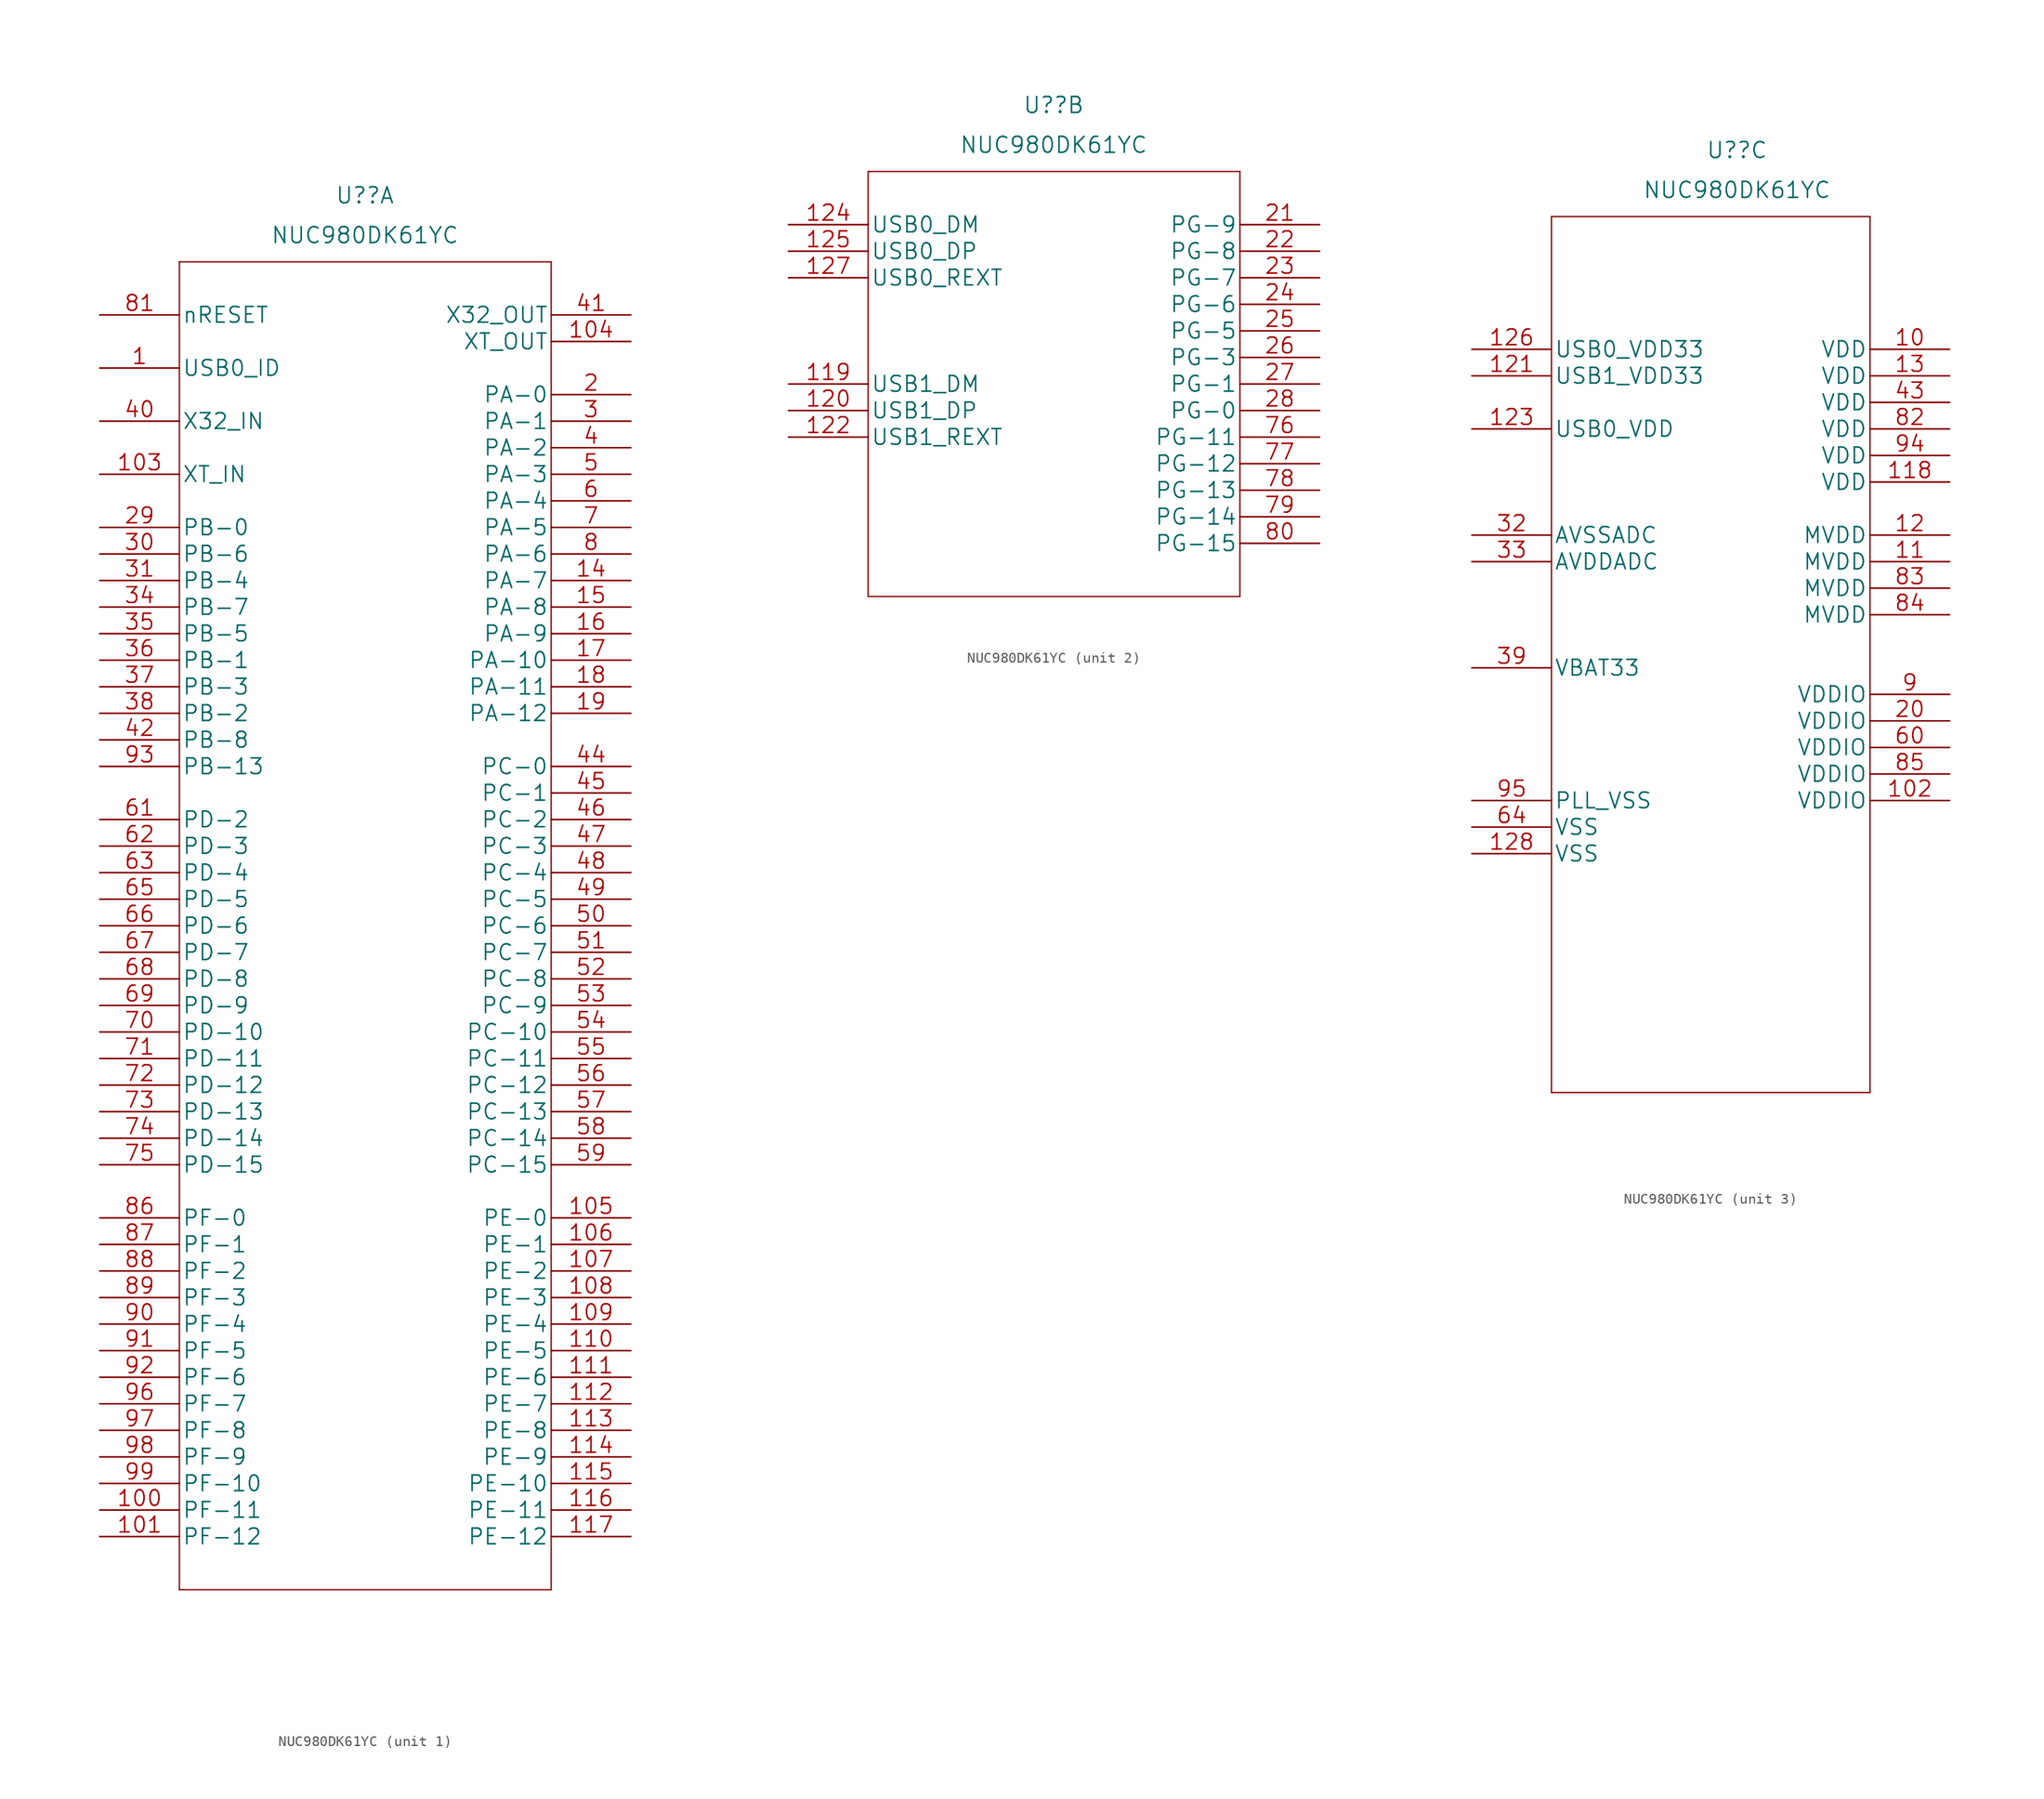
<source format=kicad_sym>
(kicad_symbol_lib
  (version 20211014)
  (generator kicad_symbol_editor)
  (symbol "NUC980DK61YC"
    (pin_names
      (offset 0.254))
    (property "Reference" "U?"
      (at 25.368 11.43 0)
      (effects (font (size 1.524 1.524))))
    (property "Value" "NUC980DK61YC"
      (at 25.368 7.62 0)
      (effects (font (size 1.524 1.524))))
    (property "Datasheet" ""
      (at 0 -10.16 0)
      (effects (font (size 1.524 1.524))))
    (property "ki_locked" ""
      (at 0 0 0)
      (effects (font (size 1.27 1.27))))
    (symbol "NUC980DK61YC_1_1"
      (polyline (pts (xy 7.62 -121.92) (xy 43.18 -121.92)) (stroke (width 0.127) (type default) (color 0 0 0 0)) (fill (type none)))
      (polyline (pts (xy 7.62 5.08) (xy 7.62 -121.92)) (stroke (width 0.127) (type default) (color 0 0 0 0)) (fill (type none)))
      (polyline (pts (xy 43.18 -121.92) (xy 43.18 5.08)) (stroke (width 0.127) (type default) (color 0 0 0 0)) (fill (type none)))
      (polyline (pts (xy 43.18 5.08) (xy 7.62 5.08)) (stroke (width 0.127) (type default) (color 0 0 0 0)) (fill (type none)))
      (pin input line (at 0 -5.08 0) (length 7.62) (name "USB0_ID" (effects (font (size 1.499 1.499)))) (number "1" (effects (font (size 1.499 1.499)))))
      (pin bidirectional line (at 0 -114.3 0) (length 7.62) (name "PF-11" (effects (font (size 1.499 1.499)))) (number "100" (effects (font (size 1.499 1.499)))))
      (pin bidirectional line (at 0 -116.84 0) (length 7.62) (name "PF-12" (effects (font (size 1.499 1.499)))) (number "101" (effects (font (size 1.499 1.499)))))
      (pin input line (at 0 -15.24 0) (length 7.62) (name "XT_IN" (effects (font (size 1.499 1.499)))) (number "103" (effects (font (size 1.499 1.499)))))
      (pin output line (at 50.8 -2.54 180) (length 7.62) (name "XT_OUT" (effects (font (size 1.499 1.499)))) (number "104" (effects (font (size 1.499 1.499)))))
      (pin bidirectional line (at 50.8 -86.36 180) (length 7.62) (name "PE-0" (effects (font (size 1.499 1.499)))) (number "105" (effects (font (size 1.499 1.499)))))
      (pin bidirectional line (at 50.8 -88.9 180) (length 7.62) (name "PE-1" (effects (font (size 1.499 1.499)))) (number "106" (effects (font (size 1.499 1.499)))))
      (pin bidirectional line (at 50.8 -91.44 180) (length 7.62) (name "PE-2" (effects (font (size 1.499 1.499)))) (number "107" (effects (font (size 1.499 1.499)))))
      (pin bidirectional line (at 50.8 -93.98 180) (length 7.62) (name "PE-3" (effects (font (size 1.499 1.499)))) (number "108" (effects (font (size 1.499 1.499)))))
      (pin bidirectional line (at 50.8 -96.52 180) (length 7.62) (name "PE-4" (effects (font (size 1.499 1.499)))) (number "109" (effects (font (size 1.499 1.499)))))
      (pin bidirectional line (at 50.8 -99.06 180) (length 7.62) (name "PE-5" (effects (font (size 1.499 1.499)))) (number "110" (effects (font (size 1.499 1.499)))))
      (pin bidirectional line (at 50.8 -101.6 180) (length 7.62) (name "PE-6" (effects (font (size 1.499 1.499)))) (number "111" (effects (font (size 1.499 1.499)))))
      (pin bidirectional line (at 50.8 -104.14 180) (length 7.62) (name "PE-7" (effects (font (size 1.499 1.499)))) (number "112" (effects (font (size 1.499 1.499)))))
      (pin bidirectional line (at 50.8 -106.68 180) (length 7.62) (name "PE-8" (effects (font (size 1.499 1.499)))) (number "113" (effects (font (size 1.499 1.499)))))
      (pin bidirectional line (at 50.8 -109.22 180) (length 7.62) (name "PE-9" (effects (font (size 1.499 1.499)))) (number "114" (effects (font (size 1.499 1.499)))))
      (pin bidirectional line (at 50.8 -111.76 180) (length 7.62) (name "PE-10" (effects (font (size 1.499 1.499)))) (number "115" (effects (font (size 1.499 1.499)))))
      (pin bidirectional line (at 50.8 -114.3 180) (length 7.62) (name "PE-11" (effects (font (size 1.499 1.499)))) (number "116" (effects (font (size 1.499 1.499)))))
      (pin bidirectional line (at 50.8 -116.84 180) (length 7.62) (name "PE-12" (effects (font (size 1.499 1.499)))) (number "117" (effects (font (size 1.499 1.499)))))
      (pin bidirectional line (at 50.8 -25.4 180) (length 7.62) (name "PA-7" (effects (font (size 1.499 1.499)))) (number "14" (effects (font (size 1.499 1.499)))))
      (pin bidirectional line (at 50.8 -27.94 180) (length 7.62) (name "PA-8" (effects (font (size 1.499 1.499)))) (number "15" (effects (font (size 1.499 1.499)))))
      (pin bidirectional line (at 50.8 -30.48 180) (length 7.62) (name "PA-9" (effects (font (size 1.499 1.499)))) (number "16" (effects (font (size 1.499 1.499)))))
      (pin bidirectional line (at 50.8 -33.02 180) (length 7.62) (name "PA-10" (effects (font (size 1.499 1.499)))) (number "17" (effects (font (size 1.499 1.499)))))
      (pin bidirectional line (at 50.8 -35.56 180) (length 7.62) (name "PA-11" (effects (font (size 1.499 1.499)))) (number "18" (effects (font (size 1.499 1.499)))))
      (pin bidirectional line (at 50.8 -38.1 180) (length 7.62) (name "PA-12" (effects (font (size 1.499 1.499)))) (number "19" (effects (font (size 1.499 1.499)))))
      (pin bidirectional line (at 50.8 -7.62 180) (length 7.62) (name "PA-0" (effects (font (size 1.499 1.499)))) (number "2" (effects (font (size 1.499 1.499)))))
      (pin bidirectional line (at 0 -20.32 0) (length 7.62) (name "PB-0" (effects (font (size 1.499 1.499)))) (number "29" (effects (font (size 1.499 1.499)))))
      (pin bidirectional line (at 50.8 -10.16 180) (length 7.62) (name "PA-1" (effects (font (size 1.499 1.499)))) (number "3" (effects (font (size 1.499 1.499)))))
      (pin bidirectional line (at 0 -22.86 0) (length 7.62) (name "PB-6" (effects (font (size 1.499 1.499)))) (number "30" (effects (font (size 1.499 1.499)))))
      (pin bidirectional line (at 0 -25.4 0) (length 7.62) (name "PB-4" (effects (font (size 1.499 1.499)))) (number "31" (effects (font (size 1.499 1.499)))))
      (pin bidirectional line (at 0 -27.94 0) (length 7.62) (name "PB-7" (effects (font (size 1.499 1.499)))) (number "34" (effects (font (size 1.499 1.499)))))
      (pin bidirectional line (at 0 -30.48 0) (length 7.62) (name "PB-5" (effects (font (size 1.499 1.499)))) (number "35" (effects (font (size 1.499 1.499)))))
      (pin bidirectional line (at 0 -33.02 0) (length 7.62) (name "PB-1" (effects (font (size 1.499 1.499)))) (number "36" (effects (font (size 1.499 1.499)))))
      (pin bidirectional line (at 0 -35.56 0) (length 7.62) (name "PB-3" (effects (font (size 1.499 1.499)))) (number "37" (effects (font (size 1.499 1.499)))))
      (pin bidirectional line (at 0 -38.1 0) (length 7.62) (name "PB-2" (effects (font (size 1.499 1.499)))) (number "38" (effects (font (size 1.499 1.499)))))
      (pin bidirectional line (at 50.8 -12.7 180) (length 7.62) (name "PA-2" (effects (font (size 1.499 1.499)))) (number "4" (effects (font (size 1.499 1.499)))))
      (pin input line (at 0 -10.16 0) (length 7.62) (name "X32_IN" (effects (font (size 1.499 1.499)))) (number "40" (effects (font (size 1.499 1.499)))))
      (pin output line (at 50.8 0 180) (length 7.62) (name "X32_OUT" (effects (font (size 1.499 1.499)))) (number "41" (effects (font (size 1.499 1.499)))))
      (pin bidirectional line (at 0 -40.64 0) (length 7.62) (name "PB-8" (effects (font (size 1.499 1.499)))) (number "42" (effects (font (size 1.499 1.499)))))
      (pin bidirectional line (at 50.8 -43.18 180) (length 7.62) (name "PC-0" (effects (font (size 1.499 1.499)))) (number "44" (effects (font (size 1.499 1.499)))))
      (pin bidirectional line (at 50.8 -45.72 180) (length 7.62) (name "PC-1" (effects (font (size 1.499 1.499)))) (number "45" (effects (font (size 1.499 1.499)))))
      (pin bidirectional line (at 50.8 -48.26 180) (length 7.62) (name "PC-2" (effects (font (size 1.499 1.499)))) (number "46" (effects (font (size 1.499 1.499)))))
      (pin bidirectional line (at 50.8 -50.8 180) (length 7.62) (name "PC-3" (effects (font (size 1.499 1.499)))) (number "47" (effects (font (size 1.499 1.499)))))
      (pin bidirectional line (at 50.8 -53.34 180) (length 7.62) (name "PC-4" (effects (font (size 1.499 1.499)))) (number "48" (effects (font (size 1.499 1.499)))))
      (pin bidirectional line (at 50.8 -55.88 180) (length 7.62) (name "PC-5" (effects (font (size 1.499 1.499)))) (number "49" (effects (font (size 1.499 1.499)))))
      (pin bidirectional line (at 50.8 -15.24 180) (length 7.62) (name "PA-3" (effects (font (size 1.499 1.499)))) (number "5" (effects (font (size 1.499 1.499)))))
      (pin bidirectional line (at 50.8 -58.42 180) (length 7.62) (name "PC-6" (effects (font (size 1.499 1.499)))) (number "50" (effects (font (size 1.499 1.499)))))
      (pin bidirectional line (at 50.8 -60.96 180) (length 7.62) (name "PC-7" (effects (font (size 1.499 1.499)))) (number "51" (effects (font (size 1.499 1.499)))))
      (pin bidirectional line (at 50.8 -63.5 180) (length 7.62) (name "PC-8" (effects (font (size 1.499 1.499)))) (number "52" (effects (font (size 1.499 1.499)))))
      (pin bidirectional line (at 50.8 -66.04 180) (length 7.62) (name "PC-9" (effects (font (size 1.499 1.499)))) (number "53" (effects (font (size 1.499 1.499)))))
      (pin bidirectional line (at 50.8 -68.58 180) (length 7.62) (name "PC-10" (effects (font (size 1.499 1.499)))) (number "54" (effects (font (size 1.499 1.499)))))
      (pin bidirectional line (at 50.8 -71.12 180) (length 7.62) (name "PC-11" (effects (font (size 1.499 1.499)))) (number "55" (effects (font (size 1.499 1.499)))))
      (pin bidirectional line (at 50.8 -73.66 180) (length 7.62) (name "PC-12" (effects (font (size 1.499 1.499)))) (number "56" (effects (font (size 1.499 1.499)))))
      (pin bidirectional line (at 50.8 -76.2 180) (length 7.62) (name "PC-13" (effects (font (size 1.499 1.499)))) (number "57" (effects (font (size 1.499 1.499)))))
      (pin bidirectional line (at 50.8 -78.74 180) (length 7.62) (name "PC-14" (effects (font (size 1.499 1.499)))) (number "58" (effects (font (size 1.499 1.499)))))
      (pin bidirectional line (at 50.8 -81.28 180) (length 7.62) (name "PC-15" (effects (font (size 1.499 1.499)))) (number "59" (effects (font (size 1.499 1.499)))))
      (pin bidirectional line (at 50.8 -17.78 180) (length 7.62) (name "PA-4" (effects (font (size 1.499 1.499)))) (number "6" (effects (font (size 1.499 1.499)))))
      (pin bidirectional line (at 0 -48.26 0) (length 7.62) (name "PD-2" (effects (font (size 1.499 1.499)))) (number "61" (effects (font (size 1.499 1.499)))))
      (pin bidirectional line (at 0 -50.8 0) (length 7.62) (name "PD-3" (effects (font (size 1.499 1.499)))) (number "62" (effects (font (size 1.499 1.499)))))
      (pin bidirectional line (at 0 -53.34 0) (length 7.62) (name "PD-4" (effects (font (size 1.499 1.499)))) (number "63" (effects (font (size 1.499 1.499)))))
      (pin bidirectional line (at 0 -55.88 0) (length 7.62) (name "PD-5" (effects (font (size 1.499 1.499)))) (number "65" (effects (font (size 1.499 1.499)))))
      (pin bidirectional line (at 0 -58.42 0) (length 7.62) (name "PD-6" (effects (font (size 1.499 1.499)))) (number "66" (effects (font (size 1.499 1.499)))))
      (pin bidirectional line (at 0 -60.96 0) (length 7.62) (name "PD-7" (effects (font (size 1.499 1.499)))) (number "67" (effects (font (size 1.499 1.499)))))
      (pin bidirectional line (at 0 -63.5 0) (length 7.62) (name "PD-8" (effects (font (size 1.499 1.499)))) (number "68" (effects (font (size 1.499 1.499)))))
      (pin bidirectional line (at 0 -66.04 0) (length 7.62) (name "PD-9" (effects (font (size 1.499 1.499)))) (number "69" (effects (font (size 1.499 1.499)))))
      (pin bidirectional line (at 50.8 -20.32 180) (length 7.62) (name "PA-5" (effects (font (size 1.499 1.499)))) (number "7" (effects (font (size 1.499 1.499)))))
      (pin bidirectional line (at 0 -68.58 0) (length 7.62) (name "PD-10" (effects (font (size 1.499 1.499)))) (number "70" (effects (font (size 1.499 1.499)))))
      (pin bidirectional line (at 0 -71.12 0) (length 7.62) (name "PD-11" (effects (font (size 1.499 1.499)))) (number "71" (effects (font (size 1.499 1.499)))))
      (pin bidirectional line (at 0 -73.66 0) (length 7.62) (name "PD-12" (effects (font (size 1.499 1.499)))) (number "72" (effects (font (size 1.499 1.499)))))
      (pin bidirectional line (at 0 -76.2 0) (length 7.62) (name "PD-13" (effects (font (size 1.499 1.499)))) (number "73" (effects (font (size 1.499 1.499)))))
      (pin bidirectional line (at 0 -78.74 0) (length 7.62) (name "PD-14" (effects (font (size 1.499 1.499)))) (number "74" (effects (font (size 1.499 1.499)))))
      (pin bidirectional line (at 0 -81.28 0) (length 7.62) (name "PD-15" (effects (font (size 1.499 1.499)))) (number "75" (effects (font (size 1.499 1.499)))))
      (pin bidirectional line (at 50.8 -22.86 180) (length 7.62) (name "PA-6" (effects (font (size 1.499 1.499)))) (number "8" (effects (font (size 1.499 1.499)))))
      (pin input line (at 0 0 0) (length 7.62) (name "nRESET" (effects (font (size 1.499 1.499)))) (number "81" (effects (font (size 1.499 1.499)))))
      (pin bidirectional line (at 0 -86.36 0) (length 7.62) (name "PF-0" (effects (font (size 1.499 1.499)))) (number "86" (effects (font (size 1.499 1.499)))))
      (pin bidirectional line (at 0 -88.9 0) (length 7.62) (name "PF-1" (effects (font (size 1.499 1.499)))) (number "87" (effects (font (size 1.499 1.499)))))
      (pin bidirectional line (at 0 -91.44 0) (length 7.62) (name "PF-2" (effects (font (size 1.499 1.499)))) (number "88" (effects (font (size 1.499 1.499)))))
      (pin bidirectional line (at 0 -93.98 0) (length 7.62) (name "PF-3" (effects (font (size 1.499 1.499)))) (number "89" (effects (font (size 1.499 1.499)))))
      (pin bidirectional line (at 0 -96.52 0) (length 7.62) (name "PF-4" (effects (font (size 1.499 1.499)))) (number "90" (effects (font (size 1.499 1.499)))))
      (pin bidirectional line (at 0 -99.06 0) (length 7.62) (name "PF-5" (effects (font (size 1.499 1.499)))) (number "91" (effects (font (size 1.499 1.499)))))
      (pin bidirectional line (at 0 -101.6 0) (length 7.62) (name "PF-6" (effects (font (size 1.499 1.499)))) (number "92" (effects (font (size 1.499 1.499)))))
      (pin bidirectional line (at 0 -43.18 0) (length 7.62) (name "PB-13" (effects (font (size 1.499 1.499)))) (number "93" (effects (font (size 1.499 1.499)))))
      (pin bidirectional line (at 0 -104.14 0) (length 7.62) (name "PF-7" (effects (font (size 1.499 1.499)))) (number "96" (effects (font (size 1.499 1.499)))))
      (pin bidirectional line (at 0 -106.68 0) (length 7.62) (name "PF-8" (effects (font (size 1.499 1.499)))) (number "97" (effects (font (size 1.499 1.499)))))
      (pin bidirectional line (at 0 -109.22 0) (length 7.62) (name "PF-9" (effects (font (size 1.499 1.499)))) (number "98" (effects (font (size 1.499 1.499)))))
      (pin bidirectional line (at 0 -111.76 0) (length 7.62) (name "PF-10" (effects (font (size 1.499 1.499)))) (number "99" (effects (font (size 1.499 1.499))))))
    (symbol "NUC980DK61YC_2_1"
      (polyline (pts (xy 7.62 -35.56) (xy 43.18 -35.56)) (stroke (width 0.127) (type default) (color 0 0 0 0)) (fill (type none)))
      (polyline (pts (xy 7.62 5.08) (xy 7.62 -35.56)) (stroke (width 0.127) (type default) (color 0 0 0 0)) (fill (type none)))
      (polyline (pts (xy 43.18 -35.56) (xy 43.18 5.08)) (stroke (width 0.127) (type default) (color 0 0 0 0)) (fill (type none)))
      (polyline (pts (xy 43.18 5.08) (xy 7.62 5.08)) (stroke (width 0.127) (type default) (color 0 0 0 0)) (fill (type none)))
      (pin unspecified line (at 0 -15.24 0) (length 7.62) (name "USB1_DM" (effects (font (size 1.499 1.499)))) (number "119" (effects (font (size 1.499 1.499)))))
      (pin unspecified line (at 0 -17.78 0) (length 7.62) (name "USB1_DP" (effects (font (size 1.499 1.499)))) (number "120" (effects (font (size 1.499 1.499)))))
      (pin unspecified line (at 0 -20.32 0) (length 7.62) (name "USB1_REXT" (effects (font (size 1.499 1.499)))) (number "122" (effects (font (size 1.499 1.499)))))
      (pin unspecified line (at 0 0 0) (length 7.62) (name "USB0_DM" (effects (font (size 1.499 1.499)))) (number "124" (effects (font (size 1.499 1.499)))))
      (pin unspecified line (at 0 -2.54 0) (length 7.62) (name "USB0_DP" (effects (font (size 1.499 1.499)))) (number "125" (effects (font (size 1.499 1.499)))))
      (pin unspecified line (at 0 -5.08 0) (length 7.62) (name "USB0_REXT" (effects (font (size 1.499 1.499)))) (number "127" (effects (font (size 1.499 1.499)))))
      (pin bidirectional line (at 50.8 0 180) (length 7.62) (name "PG-9" (effects (font (size 1.499 1.499)))) (number "21" (effects (font (size 1.499 1.499)))))
      (pin bidirectional line (at 50.8 -2.54 180) (length 7.62) (name "PG-8" (effects (font (size 1.499 1.499)))) (number "22" (effects (font (size 1.499 1.499)))))
      (pin bidirectional line (at 50.8 -5.08 180) (length 7.62) (name "PG-7" (effects (font (size 1.499 1.499)))) (number "23" (effects (font (size 1.499 1.499)))))
      (pin bidirectional line (at 50.8 -7.62 180) (length 7.62) (name "PG-6" (effects (font (size 1.499 1.499)))) (number "24" (effects (font (size 1.499 1.499)))))
      (pin bidirectional line (at 50.8 -10.16 180) (length 7.62) (name "PG-5" (effects (font (size 1.499 1.499)))) (number "25" (effects (font (size 1.499 1.499)))))
      (pin bidirectional line (at 50.8 -12.7 180) (length 7.62) (name "PG-3" (effects (font (size 1.499 1.499)))) (number "26" (effects (font (size 1.499 1.499)))))
      (pin bidirectional line (at 50.8 -15.24 180) (length 7.62) (name "PG-1" (effects (font (size 1.499 1.499)))) (number "27" (effects (font (size 1.499 1.499)))))
      (pin bidirectional line (at 50.8 -17.78 180) (length 7.62) (name "PG-0" (effects (font (size 1.499 1.499)))) (number "28" (effects (font (size 1.499 1.499)))))
      (pin bidirectional line (at 50.8 -20.32 180) (length 7.62) (name "PG-11" (effects (font (size 1.499 1.499)))) (number "76" (effects (font (size 1.499 1.499)))))
      (pin bidirectional line (at 50.8 -22.86 180) (length 7.62) (name "PG-12" (effects (font (size 1.499 1.499)))) (number "77" (effects (font (size 1.499 1.499)))))
      (pin bidirectional line (at 50.8 -25.4 180) (length 7.62) (name "PG-13" (effects (font (size 1.499 1.499)))) (number "78" (effects (font (size 1.499 1.499)))))
      (pin bidirectional line (at 50.8 -27.94 180) (length 7.62) (name "PG-14" (effects (font (size 1.499 1.499)))) (number "79" (effects (font (size 1.499 1.499)))))
      (pin bidirectional line (at 50.8 -30.48 180) (length 7.62) (name "PG-15" (effects (font (size 1.499 1.499)))) (number "80" (effects (font (size 1.499 1.499))))))
    (symbol "NUC980DK61YC_3_1"
      (polyline (pts (xy 7.62 -78.74) (xy 38.1 -78.74)) (stroke (width 0.127) (type default) (color 0 0 0 0)) (fill (type none)))
      (polyline (pts (xy 7.62 5.08) (xy 7.62 -78.74)) (stroke (width 0.127) (type default) (color 0 0 0 0)) (fill (type none)))
      (polyline (pts (xy 38.1 -78.74) (xy 38.1 5.08)) (stroke (width 0.127) (type default) (color 0 0 0 0)) (fill (type none)))
      (polyline (pts (xy 38.1 5.08) (xy 7.62 5.08)) (stroke (width 0.127) (type default) (color 0 0 0 0)) (fill (type none)))
      (pin power_in line (at 45.72 -7.62 180) (length 7.62) (name "VDD" (effects (font (size 1.499 1.499)))) (number "10" (effects (font (size 1.499 1.499)))))
      (pin power_in line (at 45.72 -50.8 180) (length 7.62) (name "VDDIO" (effects (font (size 1.499 1.499)))) (number "102" (effects (font (size 1.499 1.499)))))
      (pin power_in line (at 45.72 -27.94 180) (length 7.62) (name "MVDD" (effects (font (size 1.499 1.499)))) (number "11" (effects (font (size 1.499 1.499)))))
      (pin power_in line (at 45.72 -20.32 180) (length 7.62) (name "VDD" (effects (font (size 1.499 1.499)))) (number "118" (effects (font (size 1.499 1.499)))))
      (pin power_in line (at 45.72 -25.4 180) (length 7.62) (name "MVDD" (effects (font (size 1.499 1.499)))) (number "12" (effects (font (size 1.499 1.499)))))
      (pin power_in line (at 0 -10.16 0) (length 7.62) (name "USB1_VDD33" (effects (font (size 1.499 1.499)))) (number "121" (effects (font (size 1.499 1.499)))))
      (pin power_in line (at 0 -15.24 0) (length 7.62) (name "USB0_VDD" (effects (font (size 1.499 1.499)))) (number "123" (effects (font (size 1.499 1.499)))))
      (pin power_in line (at 0 -7.62 0) (length 7.62) (name "USB0_VDD33" (effects (font (size 1.499 1.499)))) (number "126" (effects (font (size 1.499 1.499)))))
      (pin power_in line (at 0 -55.88 0) (length 7.62) (name "VSS" (effects (font (size 1.499 1.499)))) (number "128" (effects (font (size 1.499 1.499)))))
      (pin power_in line (at 45.72 -10.16 180) (length 7.62) (name "VDD" (effects (font (size 1.499 1.499)))) (number "13" (effects (font (size 1.499 1.499)))))
      (pin power_in line (at 45.72 -43.18 180) (length 7.62) (name "VDDIO" (effects (font (size 1.499 1.499)))) (number "20" (effects (font (size 1.499 1.499)))))
      (pin power_in line (at 0 -25.4 0) (length 7.62) (name "AVSSADC" (effects (font (size 1.499 1.499)))) (number "32" (effects (font (size 1.499 1.499)))))
      (pin power_in line (at 0 -27.94 0) (length 7.62) (name "AVDDADC" (effects (font (size 1.499 1.499)))) (number "33" (effects (font (size 1.499 1.499)))))
      (pin power_in line (at 0 -38.1 0) (length 7.62) (name "VBAT33" (effects (font (size 1.499 1.499)))) (number "39" (effects (font (size 1.499 1.499)))))
      (pin power_in line (at 45.72 -12.7 180) (length 7.62) (name "VDD" (effects (font (size 1.499 1.499)))) (number "43" (effects (font (size 1.499 1.499)))))
      (pin power_in line (at 45.72 -45.72 180) (length 7.62) (name "VDDIO" (effects (font (size 1.499 1.499)))) (number "60" (effects (font (size 1.499 1.499)))))
      (pin power_in line (at 0 -53.34 0) (length 7.62) (name "VSS" (effects (font (size 1.499 1.499)))) (number "64" (effects (font (size 1.499 1.499)))))
      (pin power_in line (at 45.72 -15.24 180) (length 7.62) (name "VDD" (effects (font (size 1.499 1.499)))) (number "82" (effects (font (size 1.499 1.499)))))
      (pin power_in line (at 45.72 -30.48 180) (length 7.62) (name "MVDD" (effects (font (size 1.499 1.499)))) (number "83" (effects (font (size 1.499 1.499)))))
      (pin power_in line (at 45.72 -33.02 180) (length 7.62) (name "MVDD" (effects (font (size 1.499 1.499)))) (number "84" (effects (font (size 1.499 1.499)))))
      (pin power_in line (at 45.72 -48.26 180) (length 7.62) (name "VDDIO" (effects (font (size 1.499 1.499)))) (number "85" (effects (font (size 1.499 1.499)))))
      (pin power_in line (at 45.72 -40.64 180) (length 7.62) (name "VDDIO" (effects (font (size 1.499 1.499)))) (number "9" (effects (font (size 1.499 1.499)))))
      (pin power_in line (at 45.72 -17.78 180) (length 7.62) (name "VDD" (effects (font (size 1.499 1.499)))) (number "94" (effects (font (size 1.499 1.499)))))
      (pin power_in line (at 0 -50.8 0) (length 7.62) (name "PLL_VSS" (effects (font (size 1.499 1.499)))) (number "95" (effects (font (size 1.499 1.499))))))))
</source>
